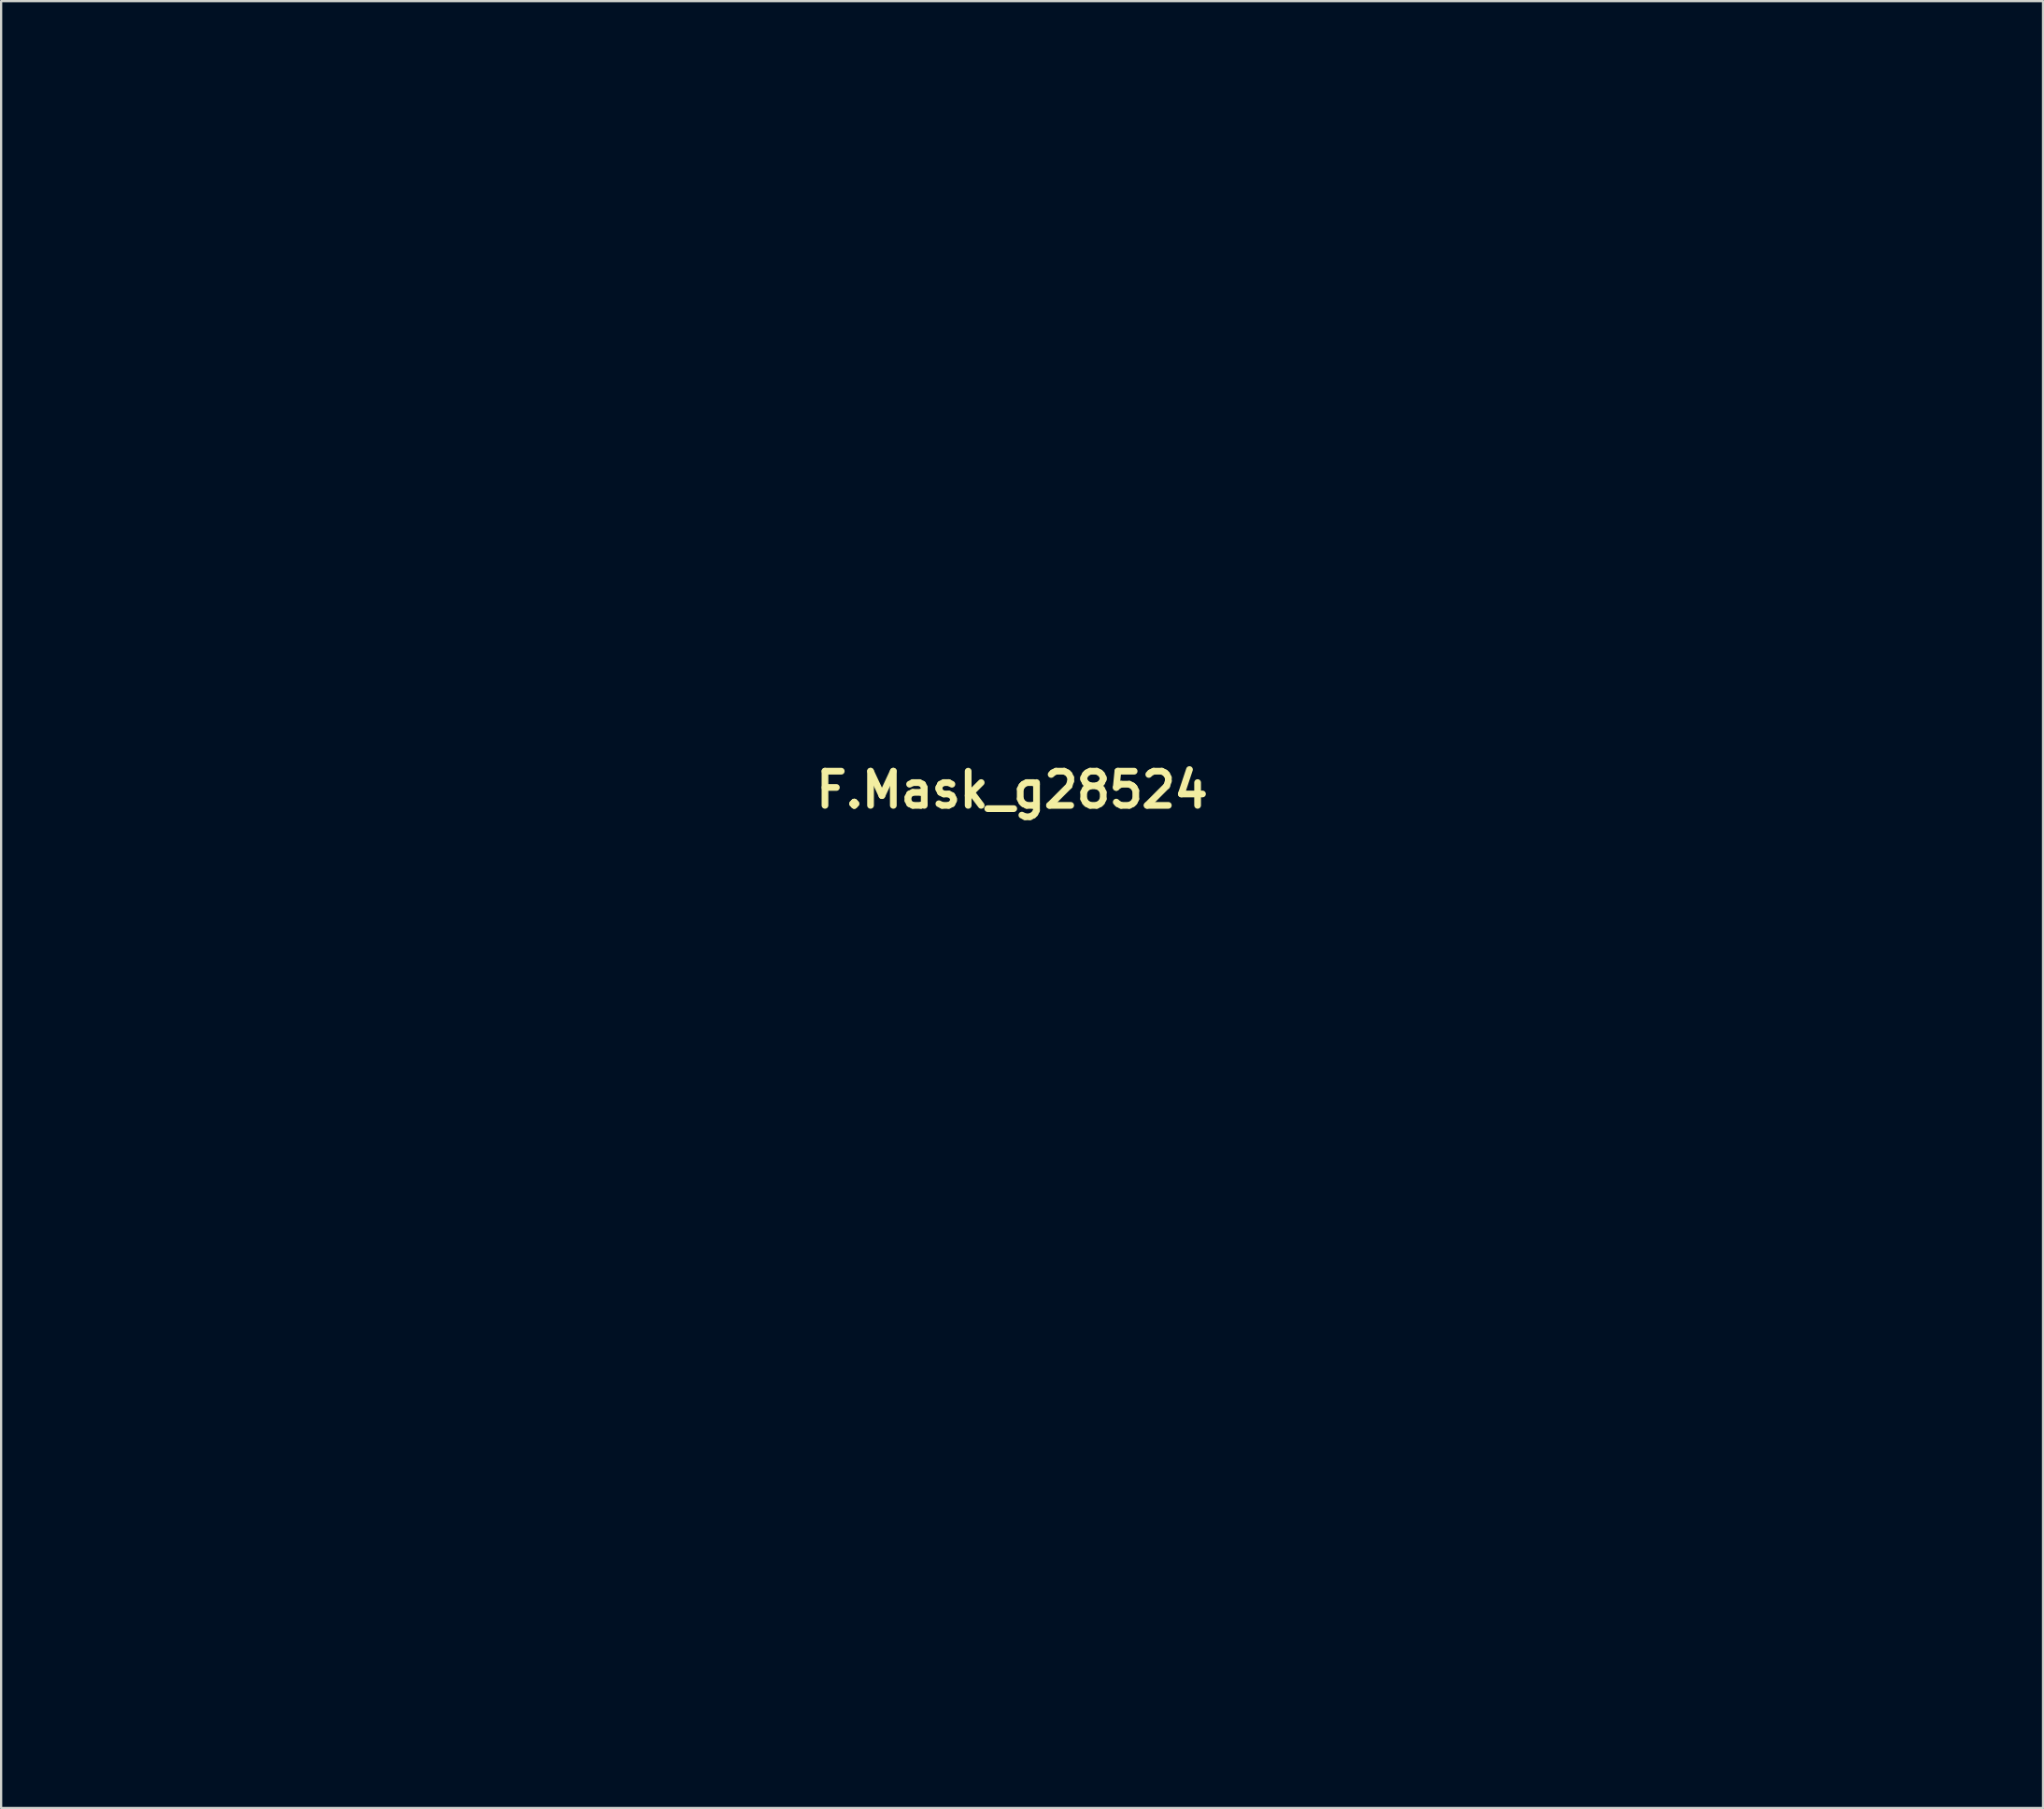
<source format=kicad_pcb>
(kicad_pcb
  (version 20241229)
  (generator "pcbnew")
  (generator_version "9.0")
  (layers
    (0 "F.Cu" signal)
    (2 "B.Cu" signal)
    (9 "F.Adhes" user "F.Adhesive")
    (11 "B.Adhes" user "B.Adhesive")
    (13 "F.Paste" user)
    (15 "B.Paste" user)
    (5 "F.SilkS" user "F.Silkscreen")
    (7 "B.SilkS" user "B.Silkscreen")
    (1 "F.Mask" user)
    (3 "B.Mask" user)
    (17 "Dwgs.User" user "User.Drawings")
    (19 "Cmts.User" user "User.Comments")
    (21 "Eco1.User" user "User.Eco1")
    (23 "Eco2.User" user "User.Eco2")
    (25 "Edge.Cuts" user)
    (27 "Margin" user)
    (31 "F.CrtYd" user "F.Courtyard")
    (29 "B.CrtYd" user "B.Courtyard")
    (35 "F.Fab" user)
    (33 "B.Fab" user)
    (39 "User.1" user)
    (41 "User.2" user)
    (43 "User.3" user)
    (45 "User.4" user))
  (footprint "F.Mask_g28524"
    (layer "F.Cu")
    (at 42.089 32.171)
    (property "Reference" "F.Mask_g28524" (at 0 0 0) (layer "F.SilkS") (effects (font (size 1.524 1.524) (thickness 0.3))))
    (attr through_hole)
    (fp_poly (pts (xy 39.532 12.992) (xy 39.834 13.061) (xy 40.126 13.168) (xy 40.411 13.311) (xy 40.619 13.443) (xy 40.893 13.651) (xy 41.135 13.878) (xy 41.347 14.126) (xy 41.529 14.398) (xy 41.683 14.696) (xy 41.81 15.022) (xy 41.912 15.377) (xy 41.989 15.766) (xy 42.02 15.981) (xy 42.03 16.091) (xy 42.038 16.235) (xy 42.043 16.405) (xy 42.046 16.591) (xy 42.046 16.785) (xy 42.044 16.979) (xy 42.04 17.165) (xy 42.033 17.333) (xy 42.024 17.476) (xy 42.02 17.526) (xy 41.945 18.126) (xy 41.839 18.753) (xy 41.703 19.405) (xy 41.538 20.082) (xy 41.392 20.613) (xy 41.265 21.023) (xy 41.121 21.425) (xy 40.958 21.825) (xy 40.775 22.227) (xy 40.568 22.636) (xy 40.335 23.056) (xy 40.075 23.492) (xy 39.785 23.947) (xy 39.671 24.119) (xy 39.519 24.345) (xy 39.373 24.558) (xy 39.231 24.759) (xy 39.088 24.955) (xy 38.944 25.147) (xy 38.794 25.34) (xy 38.635 25.538) (xy 38.465 25.743) (xy 38.281 25.96) (xy 38.08 26.193) (xy 37.859 26.444) (xy 37.615 26.717) (xy 37.345 27.016) (xy 37.285 27.083) (xy 37.031 27.362) (xy 36.775 27.642) (xy 36.517 27.922) (xy 36.259 28.201) (xy 36.005 28.475) (xy 35.754 28.743) (xy 35.509 29.004) (xy 35.272 29.255) (xy 35.044 29.494) (xy 34.828 29.72) (xy 34.625 29.931) (xy 34.436 30.124) (xy 34.265 30.299) (xy 34.112 30.453) (xy 33.979 30.584) (xy 33.868 30.69) (xy 33.781 30.77) (xy 33.72 30.822) (xy 33.697 30.838) (xy 33.634 30.87) (xy 33.581 30.878) (xy 33.514 30.865) (xy 33.51 30.864) (xy 33.475 30.849) (xy 33.435 30.819) (xy 33.385 30.771) (xy 33.323 30.703) (xy 33.246 30.611) (xy 33.152 30.493) (xy 33.039 30.345) (xy 32.957 30.237) (xy 32.689 29.875) (xy 32.433 29.52) (xy 32.191 29.174) (xy 31.964 28.84) (xy 31.755 28.522) (xy 31.565 28.223) (xy 31.397 27.945) (xy 31.253 27.692) (xy 31.134 27.467) (xy 31.107 27.411) (xy 31.005 27.188) (xy 30.918 26.968) (xy 30.843 26.746) (xy 30.78 26.518) (xy 30.729 26.279) (xy 30.69 26.026) (xy 30.661 25.754) (xy 30.642 25.459) (xy 30.633 25.137) (xy 30.632 24.784) (xy 30.64 24.396) (xy 30.647 24.172) (xy 30.661 23.815) (xy 30.677 23.496) (xy 30.694 23.21) (xy 30.713 22.954) (xy 30.736 22.723) (xy 30.762 22.513) (xy 30.791 22.32) (xy 30.825 22.139) (xy 30.863 21.966) (xy 30.907 21.797) (xy 30.926 21.728) (xy 31.143 21.039) (xy 31.391 20.361) (xy 31.668 19.698) (xy 31.973 19.052) (xy 32.305 18.424) (xy 32.662 17.817) (xy 33.042 17.234) (xy 33.444 16.677) (xy 33.867 16.147) (xy 34.308 15.648) (xy 34.766 15.182) (xy 35.241 14.75) (xy 35.729 14.356) (xy 35.941 14.2) (xy 36.234 13.999) (xy 36.525 13.819) (xy 36.829 13.648) (xy 37.042 13.539) (xy 37.447 13.35) (xy 37.834 13.197) (xy 38.204 13.082) (xy 38.557 13.004) (xy 38.895 12.963) (xy 39.22 12.959) (xy 39.532 12.992)) (stroke (width 0.01) (type solid)) (fill yes) (layer "F.Mask"))
    (fp_poly (pts (xy 14.937 17.105) (xy 15.217 17.108) (xy 15.468 17.112) (xy 15.687 17.119) (xy 15.814 17.124) (xy 16.182 17.146) (xy 16.511 17.175) (xy 16.805 17.212) (xy 17.066 17.258) (xy 17.297 17.312) (xy 17.503 17.377) (xy 17.685 17.453) (xy 17.848 17.541) (xy 17.993 17.642) (xy 18.099 17.732) (xy 18.281 17.926) (xy 18.447 18.157) (xy 18.598 18.422) (xy 18.731 18.719) (xy 18.848 19.045) (xy 18.947 19.396) (xy 19.028 19.772) (xy 19.091 20.168) (xy 19.135 20.582) (xy 19.16 21.012) (xy 19.165 21.455) (xy 19.15 21.908) (xy 19.114 22.368) (xy 19.057 22.834) (xy 19.016 23.093) (xy 18.934 23.516) (xy 18.83 23.937) (xy 18.704 24.359) (xy 18.553 24.788) (xy 18.375 25.23) (xy 18.169 25.69) (xy 17.98 26.08) (xy 17.716 26.586) (xy 17.432 27.091) (xy 17.129 27.593) (xy 16.811 28.089) (xy 16.48 28.576) (xy 16.137 29.051) (xy 15.786 29.51) (xy 15.43 29.95) (xy 15.07 30.369) (xy 14.709 30.762) (xy 14.35 31.127) (xy 13.995 31.461) (xy 13.646 31.761) (xy 13.306 32.023) (xy 13.303 32.025) (xy 12.895 32.294) (xy 12.462 32.531) (xy 12.009 32.733) (xy 11.539 32.898) (xy 11.056 33.026) (xy 10.565 33.114) (xy 10.562 33.115) (xy 10.404 33.133) (xy 10.224 33.146) (xy 10.033 33.155) (xy 9.844 33.159) (xy 9.668 33.157) (xy 9.518 33.15) (xy 9.472 33.146) (xy 9.179 33.106) (xy 8.92 33.047) (xy 8.691 32.969) (xy 8.488 32.868) (xy 8.305 32.744) (xy 8.187 32.642) (xy 7.988 32.429) (xy 7.809 32.182) (xy 7.649 31.901) (xy 7.508 31.585) (xy 7.386 31.233) (xy 7.283 30.846) (xy 7.198 30.423) (xy 7.132 29.963) (xy 7.084 29.465) (xy 7.066 29.187) (xy 7.053 28.739) (xy 7.063 28.294) (xy 7.097 27.845) (xy 7.155 27.385) (xy 7.239 26.908) (xy 7.349 26.407) (xy 7.389 26.244) (xy 7.49 25.861) (xy 7.61 25.445) (xy 7.748 24.996) (xy 7.906 24.512) (xy 8.083 23.994) (xy 8.279 23.44) (xy 8.495 22.85) (xy 8.731 22.225) (xy 8.816 22.003) (xy 8.871 21.86) (xy 8.937 21.692) (xy 9.011 21.501) (xy 9.094 21.289) (xy 9.184 21.061) (xy 9.279 20.818) (xy 9.379 20.564) (xy 9.482 20.302) (xy 9.588 20.033) (xy 9.695 19.762) (xy 9.802 19.492) (xy 9.908 19.224) (xy 10.012 18.962) (xy 10.112 18.709) (xy 10.208 18.468) (xy 10.298 18.241) (xy 10.381 18.031) (xy 10.457 17.843) (xy 10.523 17.677) (xy 10.58 17.537) (xy 10.624 17.427) (xy 10.657 17.348) (xy 10.675 17.304) (xy 10.679 17.296) (xy 10.708 17.285) (xy 10.772 17.271) (xy 10.864 17.255) (xy 10.978 17.238) (xy 11.105 17.221) (xy 11.24 17.204) (xy 11.376 17.189) (xy 11.504 17.177) (xy 11.619 17.168) (xy 11.626 17.167) (xy 11.844 17.156) (xy 12.095 17.145) (xy 12.374 17.135) (xy 12.675 17.126) (xy 12.992 17.119) (xy 13.321 17.113) (xy 13.655 17.109) (xy 13.989 17.105) (xy 14.318 17.104) (xy 14.636 17.103) (xy 14.937 17.105)) (stroke (width 0.01) (type solid)) (fill yes) (layer "F.Mask"))
    (fp_poly (pts (xy 28.361 -3.355) (xy 28.392 -3.335) (xy 28.414 -3.304) (xy 28.43 -3.265) (xy 28.439 -3.218) (xy 28.446 -3.133) (xy 28.452 -3.016) (xy 28.456 -2.873) (xy 28.458 -2.707) (xy 28.459 -2.524) (xy 28.458 -2.329) (xy 28.456 -2.128) (xy 28.452 -1.925) (xy 28.447 -1.725) (xy 28.44 -1.533) (xy 28.432 -1.355) (xy 28.423 -1.196) (xy 28.42 -1.154) (xy 28.375 -0.582) (xy 28.327 -0.05) (xy 28.275 0.443) (xy 28.22 0.9) (xy 28.161 1.322) (xy 28.098 1.711) (xy 28.03 2.069) (xy 27.991 2.254) (xy 27.833 2.911) (xy 27.643 3.585) (xy 27.426 4.269) (xy 27.184 4.957) (xy 26.92 5.641) (xy 26.635 6.315) (xy 26.334 6.972) (xy 26.018 7.606) (xy 25.69 8.209) (xy 25.446 8.625) (xy 25.154 9.086) (xy 24.832 9.557) (xy 24.485 10.034) (xy 24.119 10.509) (xy 23.738 10.976) (xy 23.348 11.427) (xy 22.955 11.857) (xy 22.563 12.259) (xy 22.23 12.579) (xy 21.943 12.84) (xy 21.677 13.069) (xy 21.43 13.269) (xy 21.197 13.442) (xy 20.976 13.59) (xy 20.763 13.716) (xy 20.555 13.821) (xy 20.348 13.909) (xy 20.212 13.958) (xy 20.086 13.998) (xy 19.971 14.031) (xy 19.859 14.056) (xy 19.742 14.075) (xy 19.614 14.088) (xy 19.468 14.098) (xy 19.295 14.103) (xy 19.089 14.107) (xy 19.039 14.107) (xy 18.881 14.109) (xy 18.731 14.109) (xy 18.595 14.109) (xy 18.482 14.108) (xy 18.397 14.107) (xy 18.352 14.105) (xy 18.198 14.092) (xy 18.044 14.075) (xy 17.898 14.055) (xy 17.767 14.034) (xy 17.662 14.012) (xy 17.589 13.991) (xy 17.585 13.989) (xy 17.455 13.927) (xy 17.313 13.837) (xy 17.168 13.73) (xy 17.032 13.611) (xy 16.972 13.551) (xy 16.764 13.305) (xy 16.579 13.023) (xy 16.416 12.706) (xy 16.274 12.353) (xy 16.155 11.964) (xy 16.057 11.54) (xy 15.982 11.079) (xy 15.967 10.964) (xy 15.954 10.826) (xy 15.943 10.655) (xy 15.935 10.457) (xy 15.93 10.242) (xy 15.928 10.018) (xy 15.928 9.793) (xy 15.932 9.576) (xy 15.938 9.374) (xy 15.947 9.197) (xy 15.956 9.091) (xy 16.003 8.645) (xy 16.06 8.232) (xy 16.128 7.844) (xy 16.21 7.473) (xy 16.307 7.11) (xy 16.423 6.747) (xy 16.559 6.376) (xy 16.717 5.987) (xy 16.871 5.636) (xy 17.215 4.915) (xy 17.576 4.231) (xy 17.956 3.583) (xy 18.355 2.969) (xy 18.776 2.388) (xy 19.219 1.838) (xy 19.687 1.318) (xy 20.179 0.825) (xy 20.699 0.359) (xy 21.246 -0.083) (xy 21.823 -0.502) (xy 22.064 -0.664) (xy 22.404 -0.883) (xy 22.753 -1.097) (xy 23.102 -1.301) (xy 23.442 -1.489) (xy 23.765 -1.657) (xy 23.95 -1.747) (xy 24.104 -1.818) (xy 24.293 -1.9) (xy 24.512 -1.993) (xy 24.758 -2.094) (xy 25.026 -2.201) (xy 25.31 -2.314) (xy 25.607 -2.429) (xy 25.911 -2.546) (xy 26.218 -2.662) (xy 26.524 -2.776) (xy 26.824 -2.886) (xy 27.113 -2.991) (xy 27.386 -3.087) (xy 27.64 -3.174) (xy 27.739 -3.207) (xy 27.916 -3.266) (xy 28.059 -3.31) (xy 28.17 -3.341) (xy 28.254 -3.359) (xy 28.316 -3.363) (xy 28.361 -3.355)) (stroke (width 0.01) (type solid)) (fill yes) (layer "F.Mask"))
    (fp_poly (pts (xy 39.254 -4.793) (xy 39.444 -4.79) (xy 39.603 -4.78) (xy 39.743 -4.762) (xy 39.874 -4.734) (xy 40.009 -4.693) (xy 40.158 -4.638) (xy 40.165 -4.635) (xy 40.442 -4.504) (xy 40.708 -4.334) (xy 40.958 -4.129) (xy 41.19 -3.891) (xy 41.399 -3.624) (xy 41.546 -3.397) (xy 41.641 -3.215) (xy 41.738 -2.994) (xy 41.835 -2.737) (xy 41.932 -2.446) (xy 42.028 -2.126) (xy 42.122 -1.777) (xy 42.215 -1.405) (xy 42.304 -1.011) (xy 42.391 -0.599) (xy 42.473 -0.172) (xy 42.55 0.267) (xy 42.622 0.716) (xy 42.689 1.17) (xy 42.748 1.628) (xy 42.801 2.087) (xy 42.846 2.542) (xy 42.882 2.991) (xy 42.883 3.006) (xy 42.893 3.144) (xy 42.902 3.303) (xy 42.912 3.476) (xy 42.922 3.66) (xy 42.932 3.848) (xy 42.941 4.037) (xy 42.95 4.222) (xy 42.957 4.398) (xy 42.964 4.561) (xy 42.969 4.704) (xy 42.973 4.825) (xy 42.975 4.917) (xy 42.975 4.976) (xy 42.973 4.997) (xy 42.95 5.016) (xy 42.896 5.059) (xy 42.815 5.123) (xy 42.708 5.207) (xy 42.579 5.309) (xy 42.43 5.426) (xy 42.265 5.556) (xy 42.085 5.698) (xy 41.894 5.848) (xy 41.694 6.005) (xy 41.488 6.167) (xy 41.279 6.331) (xy 41.07 6.495) (xy 40.862 6.658) (xy 40.66 6.817) (xy 40.465 6.969) (xy 40.281 7.114) (xy 40.11 7.247) (xy 39.955 7.369) (xy 39.818 7.476) (xy 39.703 7.565) (xy 39.612 7.636) (xy 39.603 7.644) (xy 39.12 8.017) (xy 38.669 8.364) (xy 38.248 8.685) (xy 37.856 8.98) (xy 37.492 9.251) (xy 37.155 9.498) (xy 36.843 9.723) (xy 36.557 9.925) (xy 36.294 10.105) (xy 36.054 10.265) (xy 35.835 10.405) (xy 35.638 10.526) (xy 35.459 10.628) (xy 35.299 10.712) (xy 35.215 10.753) (xy 35.081 10.809) (xy 34.914 10.867) (xy 34.725 10.925) (xy 34.522 10.98) (xy 34.316 11.029) (xy 34.117 11.071) (xy 33.933 11.103) (xy 33.867 11.112) (xy 33.744 11.122) (xy 33.597 11.129) (xy 33.436 11.131) (xy 33.273 11.129) (xy 33.121 11.122) (xy 32.99 11.112) (xy 32.914 11.102) (xy 32.596 11.03) (xy 32.303 10.925) (xy 32.03 10.785) (xy 31.773 10.607) (xy 31.551 10.415) (xy 31.302 10.146) (xy 31.081 9.846) (xy 30.89 9.516) (xy 30.727 9.156) (xy 30.594 8.767) (xy 30.49 8.348) (xy 30.424 7.959) (xy 30.399 7.704) (xy 30.388 7.413) (xy 30.39 7.092) (xy 30.406 6.745) (xy 30.435 6.377) (xy 30.476 5.992) (xy 30.528 5.594) (xy 30.592 5.189) (xy 30.667 4.781) (xy 30.752 4.374) (xy 30.82 4.085) (xy 31.003 3.399) (xy 31.21 2.746) (xy 31.444 2.122) (xy 31.705 1.526) (xy 31.994 0.954) (xy 32.314 0.404) (xy 32.666 -0.128) (xy 33.052 -0.643) (xy 33.473 -1.146) (xy 33.894 -1.602) (xy 34.284 -1.99) (xy 34.685 -2.362) (xy 35.093 -2.716) (xy 35.507 -3.05) (xy 35.923 -3.361) (xy 36.338 -3.649) (xy 36.749 -3.91) (xy 37.153 -4.142) (xy 37.547 -4.344) (xy 37.928 -4.514) (xy 38.294 -4.649) (xy 38.417 -4.688) (xy 38.555 -4.726) (xy 38.677 -4.755) (xy 38.797 -4.774) (xy 38.925 -4.786) (xy 39.072 -4.792) (xy 39.25 -4.793) (xy 39.254 -4.793)) (stroke (width 0.01) (type solid)) (fill yes) (layer "F.Mask"))
    (fp_poly (pts (xy -23.263 -32.139) (xy -23.25 -32.122) (xy -23.235 -32.092) (xy -23.226 -32.056) (xy -23.222 -32.003) (xy -23.223 -31.926) (xy -23.229 -31.818) (xy -23.243 -31.597) (xy -23.263 -31.339) (xy -23.288 -31.048) (xy -23.317 -30.73) (xy -23.35 -30.39) (xy -23.386 -30.032) (xy -23.424 -29.662) (xy -23.465 -29.283) (xy -23.507 -28.902) (xy -23.55 -28.522) (xy -23.594 -28.149) (xy -23.638 -27.788) (xy -23.681 -27.443) (xy -23.724 -27.119) (xy -23.764 -26.822) (xy -23.783 -26.691) (xy -23.876 -26.115) (xy -23.987 -25.56) (xy -24.116 -25.021) (xy -24.266 -24.494) (xy -24.438 -23.976) (xy -24.633 -23.462) (xy -24.854 -22.948) (xy -25.102 -22.43) (xy -25.379 -21.904) (xy -25.686 -21.366) (xy -26.025 -20.812) (xy -26.345 -20.317) (xy -26.562 -19.996) (xy -26.78 -19.691) (xy -26.996 -19.404) (xy -27.209 -19.136) (xy -27.415 -18.891) (xy -27.614 -18.671) (xy -27.804 -18.477) (xy -27.982 -18.312) (xy -28.146 -18.178) (xy -28.295 -18.077) (xy -28.427 -18.011) (xy -28.43 -18.01) (xy -28.506 -17.986) (xy -28.578 -17.977) (xy -28.669 -17.981) (xy -28.683 -17.983) (xy -28.764 -17.989) (xy -28.82 -17.986) (xy -28.867 -17.971) (xy -28.921 -17.942) (xy -28.981 -17.9) (xy -29.05 -17.836) (xy -29.133 -17.748) (xy -29.233 -17.631) (xy -29.351 -17.483) (xy -29.368 -17.462) (xy -29.423 -17.392) (xy -29.469 -17.333) (xy -29.499 -17.296) (xy -29.507 -17.287) (xy -29.529 -17.29) (xy -29.584 -17.309) (xy -29.665 -17.343) (xy -29.766 -17.387) (xy -29.881 -17.44) (xy -29.904 -17.45) (xy -30.027 -17.508) (xy -30.145 -17.561) (xy -30.247 -17.605) (xy -30.327 -17.638) (xy -30.378 -17.656) (xy -30.38 -17.656) (xy -30.443 -17.67) (xy -30.488 -17.666) (xy -30.536 -17.643) (xy -30.551 -17.634) (xy -30.645 -17.561) (xy -30.751 -17.45) (xy -30.868 -17.305) (xy -30.993 -17.128) (xy -31.125 -16.921) (xy -31.261 -16.688) (xy -31.295 -16.626) (xy -31.411 -16.421) (xy -31.514 -16.252) (xy -31.609 -16.114) (xy -31.699 -16.004) (xy -31.789 -15.919) (xy -31.883 -15.856) (xy -31.984 -15.809) (xy -32.098 -15.777) (xy -32.227 -15.755) (xy -32.286 -15.748) (xy -32.434 -15.737) (xy -32.609 -15.732) (xy -32.797 -15.731) (xy -32.982 -15.736) (xy -33.15 -15.747) (xy -33.189 -15.75) (xy -33.385 -15.781) (xy -33.552 -15.834) (xy -33.697 -15.915) (xy -33.831 -16.028) (xy -33.936 -16.145) (xy -34.14 -16.426) (xy -34.316 -16.738) (xy -34.467 -17.081) (xy -34.591 -17.455) (xy -34.689 -17.861) (xy -34.761 -18.3) (xy -34.796 -18.627) (xy -34.803 -18.715) (xy -34.81 -18.838) (xy -34.819 -18.984) (xy -34.828 -19.147) (xy -34.836 -19.317) (xy -34.843 -19.454) (xy -34.869 -20.039) (xy -34.502 -20.597) (xy -34.31 -20.889) (xy -34.135 -21.151) (xy -33.973 -21.391) (xy -33.818 -21.616) (xy -33.665 -21.833) (xy -33.511 -22.049) (xy -33.349 -22.27) (xy -33.176 -22.504) (xy -33.076 -22.638) (xy -32.645 -23.202) (xy -32.193 -23.774) (xy -31.725 -24.35) (xy -31.244 -24.925) (xy -30.752 -25.497) (xy -30.255 -26.061) (xy -29.754 -26.613) (xy -29.253 -27.149) (xy -28.757 -27.666) (xy -28.268 -28.16) (xy -27.79 -28.627) (xy -27.327 -29.063) (xy -27.03 -29.333) (xy -26.796 -29.54) (xy -26.551 -29.751) (xy -26.3 -29.965) (xy -26.043 -30.179) (xy -25.784 -30.392) (xy -25.525 -30.602) (xy -25.269 -30.807) (xy -25.018 -31.004) (xy -24.774 -31.192) (xy -24.54 -31.37) (xy -24.319 -31.534) (xy -24.113 -31.684) (xy -23.925 -31.817) (xy -23.756 -31.932) (xy -23.61 -32.026) (xy -23.489 -32.097) (xy -23.396 -32.145) (xy -23.343 -32.163) (xy -23.297 -32.166) (xy -23.263 -32.139)) (stroke (width 0.01) (type solid)) (fill yes) (layer "F.Mask"))
    (fp_poly (pts (xy 25.35 26.194) (xy 25.568 26.195) (xy 25.752 26.198) (xy 25.907 26.202) (xy 26.036 26.208) (xy 26.144 26.217) (xy 26.235 26.228) (xy 26.313 26.243) (xy 26.382 26.262) (xy 26.447 26.285) (xy 26.512 26.312) (xy 26.559 26.334) (xy 26.769 26.456) (xy 26.972 26.618) (xy 27.166 26.816) (xy 27.349 27.048) (xy 27.52 27.311) (xy 27.677 27.603) (xy 27.818 27.921) (xy 27.943 28.263) (xy 28.05 28.625) (xy 28.13 28.976) (xy 28.195 29.387) (xy 28.23 29.816) (xy 28.233 30.266) (xy 28.206 30.74) (xy 28.148 31.24) (xy 28.108 31.494) (xy 27.995 32.073) (xy 27.848 32.668) (xy 27.67 33.275) (xy 27.462 33.888) (xy 27.227 34.503) (xy 26.967 35.115) (xy 26.685 35.717) (xy 26.383 36.305) (xy 26.062 36.873) (xy 25.726 37.417) (xy 25.377 37.931) (xy 25.238 38.121) (xy 25.014 38.412) (xy 24.763 38.72) (xy 24.493 39.035) (xy 24.211 39.351) (xy 23.924 39.659) (xy 23.64 39.952) (xy 23.366 40.22) (xy 23.207 40.369) (xy 22.799 40.728) (xy 22.403 41.049) (xy 22.017 41.334) (xy 21.64 41.582) (xy 21.268 41.796) (xy 20.899 41.976) (xy 20.532 42.125) (xy 20.163 42.242) (xy 19.791 42.331) (xy 19.717 42.345) (xy 19.644 42.355) (xy 19.539 42.364) (xy 19.409 42.372) (xy 19.262 42.379) (xy 19.107 42.385) (xy 18.951 42.389) (xy 18.803 42.392) (xy 18.67 42.392) (xy 18.561 42.39) (xy 18.484 42.386) (xy 18.468 42.384) (xy 18.367 42.367) (xy 18.265 42.344) (xy 18.159 42.314) (xy 18.048 42.276) (xy 17.928 42.228) (xy 17.798 42.17) (xy 17.654 42.099) (xy 17.495 42.015) (xy 17.318 41.917) (xy 17.12 41.802) (xy 16.9 41.67) (xy 16.654 41.52) (xy 16.381 41.35) (xy 16.078 41.159) (xy 15.742 40.945) (xy 15.716 40.928) (xy 15.516 40.801) (xy 15.309 40.669) (xy 15.1 40.537) (xy 14.893 40.405) (xy 14.69 40.278) (xy 14.498 40.156) (xy 14.318 40.044) (xy 14.156 39.942) (xy 14.015 39.854) (xy 13.899 39.782) (xy 13.812 39.729) (xy 13.77 39.703) (xy 13.713 39.666) (xy 13.688 39.639) (xy 13.689 39.614) (xy 13.691 39.608) (xy 13.711 39.57) (xy 13.75 39.498) (xy 13.805 39.395) (xy 13.875 39.264) (xy 13.958 39.108) (xy 14.053 38.93) (xy 14.158 38.734) (xy 14.271 38.521) (xy 14.391 38.297) (xy 14.516 38.063) (xy 14.644 37.823) (xy 14.775 37.579) (xy 14.905 37.336) (xy 15.033 37.095) (xy 15.159 36.861) (xy 15.279 36.636) (xy 15.393 36.423) (xy 15.498 36.226) (xy 15.594 36.048) (xy 15.678 35.891) (xy 15.679 35.888) (xy 15.988 35.313) (xy 16.279 34.774) (xy 16.552 34.269) (xy 16.81 33.797) (xy 17.052 33.356) (xy 17.28 32.944) (xy 17.495 32.56) (xy 17.699 32.202) (xy 17.891 31.869) (xy 18.074 31.558) (xy 18.248 31.268) (xy 18.415 30.998) (xy 18.575 30.746) (xy 18.729 30.51) (xy 18.879 30.288) (xy 19.026 30.079) (xy 19.17 29.881) (xy 19.314 29.693) (xy 19.456 29.513) (xy 19.6 29.339) (xy 19.746 29.169) (xy 19.895 29.002) (xy 20.048 28.837) (xy 20.206 28.671) (xy 20.37 28.503) (xy 20.509 28.363) (xy 20.844 28.04) (xy 21.166 27.751) (xy 21.481 27.491) (xy 21.796 27.256) (xy 22.117 27.042) (xy 22.449 26.844) (xy 22.799 26.659) (xy 23.126 26.502) (xy 23.268 26.438) (xy 23.394 26.384) (xy 23.509 26.338) (xy 23.619 26.3) (xy 23.728 26.27) (xy 23.841 26.246) (xy 23.962 26.227) (xy 24.098 26.214) (xy 24.252 26.205) (xy 24.43 26.199) (xy 24.637 26.196) (xy 24.877 26.194) (xy 25.093 26.194) (xy 25.35 26.194)) (stroke (width 0.01) (type solid)) (fill yes) (layer "F.Mask"))
    (fp_poly (pts (xy -34.153 -12.102) (xy -34.071 -12.101) (xy -34.024 -12.098) (xy -34.015 -12.096) (xy -34.025 -12.068) (xy -34.054 -12.006) (xy -34.1 -11.913) (xy -34.161 -11.794) (xy -34.236 -11.65) (xy -34.322 -11.486) (xy -34.419 -11.304) (xy -34.524 -11.109) (xy -34.636 -10.902) (xy -34.753 -10.688) (xy -34.873 -10.47) (xy -34.994 -10.251) (xy -35.057 -10.139) (xy -35.178 -9.922) (xy -35.305 -9.694) (xy -35.434 -9.461) (xy -35.562 -9.232) (xy -35.685 -9.012) (xy -35.798 -8.808) (xy -35.899 -8.628) (xy -35.977 -8.488) (xy -36.189 -8.107) (xy -36.38 -7.758) (xy -36.555 -7.436) (xy -36.714 -7.138) (xy -36.861 -6.86) (xy -36.996 -6.596) (xy -37.033 -6.525) (xy -37.14 -6.307) (xy -37.226 -6.121) (xy -37.29 -5.965) (xy -37.333 -5.835) (xy -37.357 -5.729) (xy -37.362 -5.643) (xy -37.349 -5.575) (xy -37.33 -5.537) (xy -37.304 -5.506) (xy -37.251 -5.453) (xy -37.179 -5.383) (xy -37.093 -5.304) (xy -37.028 -5.246) (xy -36.888 -5.117) (xy -36.782 -5.009) (xy -36.707 -4.918) (xy -36.66 -4.842) (xy -36.641 -4.778) (xy -36.639 -4.76) (xy -36.654 -4.706) (xy -36.695 -4.635) (xy -36.722 -4.599) (xy -36.795 -4.5) (xy -36.841 -4.418) (xy -36.865 -4.342) (xy -36.872 -4.262) (xy -36.872 -4.26) (xy -36.859 -4.156) (xy -36.817 -4.05) (xy -36.746 -3.941) (xy -36.642 -3.827) (xy -36.504 -3.704) (xy -36.33 -3.571) (xy -36.145 -3.442) (xy -36.006 -3.347) (xy -35.876 -3.251) (xy -35.759 -3.158) (xy -35.661 -3.073) (xy -35.587 -3.001) (xy -35.54 -2.944) (xy -35.528 -2.921) (xy -35.527 -2.894) (xy -35.537 -2.851) (xy -35.558 -2.791) (xy -35.592 -2.71) (xy -35.639 -2.608) (xy -35.699 -2.482) (xy -35.775 -2.332) (xy -35.867 -2.155) (xy -35.975 -1.949) (xy -36.101 -1.713) (xy -36.245 -1.446) (xy -36.409 -1.145) (xy -36.569 -0.851) (xy -36.662 -0.682) (xy -36.748 -0.523) (xy -36.827 -0.378) (xy -36.894 -0.252) (xy -36.95 -0.148) (xy -36.991 -0.071) (xy -37.014 -0.025) (xy -37.019 -0.014) (xy -37.034 0.017) (xy -37.066 0.081) (xy -37.112 0.169) (xy -37.169 0.278) (xy -37.234 0.4) (xy -37.275 0.477) (xy -37.385 0.684) (xy -37.496 0.899) (xy -37.606 1.114) (xy -37.708 1.32) (xy -37.8 1.508) (xy -37.876 1.67) (xy -37.892 1.705) (xy -37.972 1.84) (xy -38.089 1.98) (xy -38.24 2.124) (xy -38.422 2.27) (xy -38.631 2.416) (xy -38.863 2.559) (xy -39.114 2.698) (xy -39.38 2.83) (xy -39.659 2.954) (xy -39.946 3.067) (xy -40.237 3.168) (xy -40.529 3.254) (xy -40.818 3.323) (xy -40.82 3.324) (xy -41.006 3.359) (xy -41.19 3.388) (xy -41.365 3.408) (xy -41.522 3.421) (xy -41.656 3.424) (xy -41.758 3.417) (xy -41.777 3.414) (xy -41.851 3.382) (xy -41.914 3.315) (xy -41.966 3.211) (xy -42.007 3.07) (xy -42.038 2.9) (xy -42.05 2.788) (xy -42.06 2.64) (xy -42.068 2.46) (xy -42.075 2.252) (xy -42.08 2.024) (xy -42.083 1.779) (xy -42.084 1.522) (xy -42.083 1.26) (xy -42.08 0.997) (xy -42.075 0.738) (xy -42.069 0.488) (xy -42.061 0.254) (xy -42.05 0.039) (xy -42.039 -0.148) (xy -42.03 -0.27) (xy -42.019 -0.421) (xy -42.006 -0.588) (xy -41.994 -0.756) (xy -41.984 -0.9) (xy -41.959 -1.205) (xy -41.93 -1.499) (xy -41.896 -1.791) (xy -41.855 -2.088) (xy -41.807 -2.397) (xy -41.75 -2.728) (xy -41.683 -3.087) (xy -41.643 -3.291) (xy -41.518 -3.898) (xy -41.377 -4.534) (xy -41.222 -5.191) (xy -41.056 -5.861) (xy -40.881 -6.534) (xy -40.698 -7.201) (xy -40.511 -7.855) (xy -40.322 -8.487) (xy -40.132 -9.087) (xy -40.117 -9.133) (xy -40.087 -9.224) (xy -40.048 -9.342) (xy -40 -9.485) (xy -39.944 -9.648) (xy -39.883 -9.828) (xy -39.817 -10.02) (xy -39.749 -10.221) (xy -39.678 -10.427) (xy -39.607 -10.634) (xy -39.537 -10.838) (xy -39.469 -11.034) (xy -39.405 -11.22) (xy -39.346 -11.391) (xy -39.293 -11.544) (xy -39.247 -11.673) (xy -39.211 -11.777) (xy -39.185 -11.849) (xy -39.171 -11.888) (xy -39.168 -11.893) (xy -39.143 -11.899) (xy -39.08 -11.906) (xy -38.982 -11.915) (xy -38.854 -11.926) (xy -38.7 -11.937) (xy -38.524 -11.95) (xy -38.33 -11.963) (xy -38.122 -11.976) (xy -37.904 -11.989) (xy -37.68 -12.002) (xy -37.455 -12.015) (xy -37.231 -12.027) (xy -37.014 -12.038) (xy -36.807 -12.048) (xy -36.614 -12.056) (xy -36.44 -12.063) (xy -36.428 -12.064) (xy -36.237 -12.07) (xy -36.033 -12.075) (xy -35.819 -12.081) (xy -35.601 -12.086) (xy -35.381 -12.09) (xy -35.164 -12.094) (xy -34.954 -12.097) (xy -34.756 -12.1) (xy -34.572 -12.102) (xy -34.408 -12.103) (xy -34.267 -12.103) (xy -34.153 -12.102)) (stroke (width 0.01) (type solid)) (fill yes) (layer "F.Mask")))
  (gr_rect
    (start -3 -3)
    (end 88.068 77.568)
    (stroke (width 0.1) (type default))
    (fill no)
    (layer "Edge.Cuts")))
</source>
